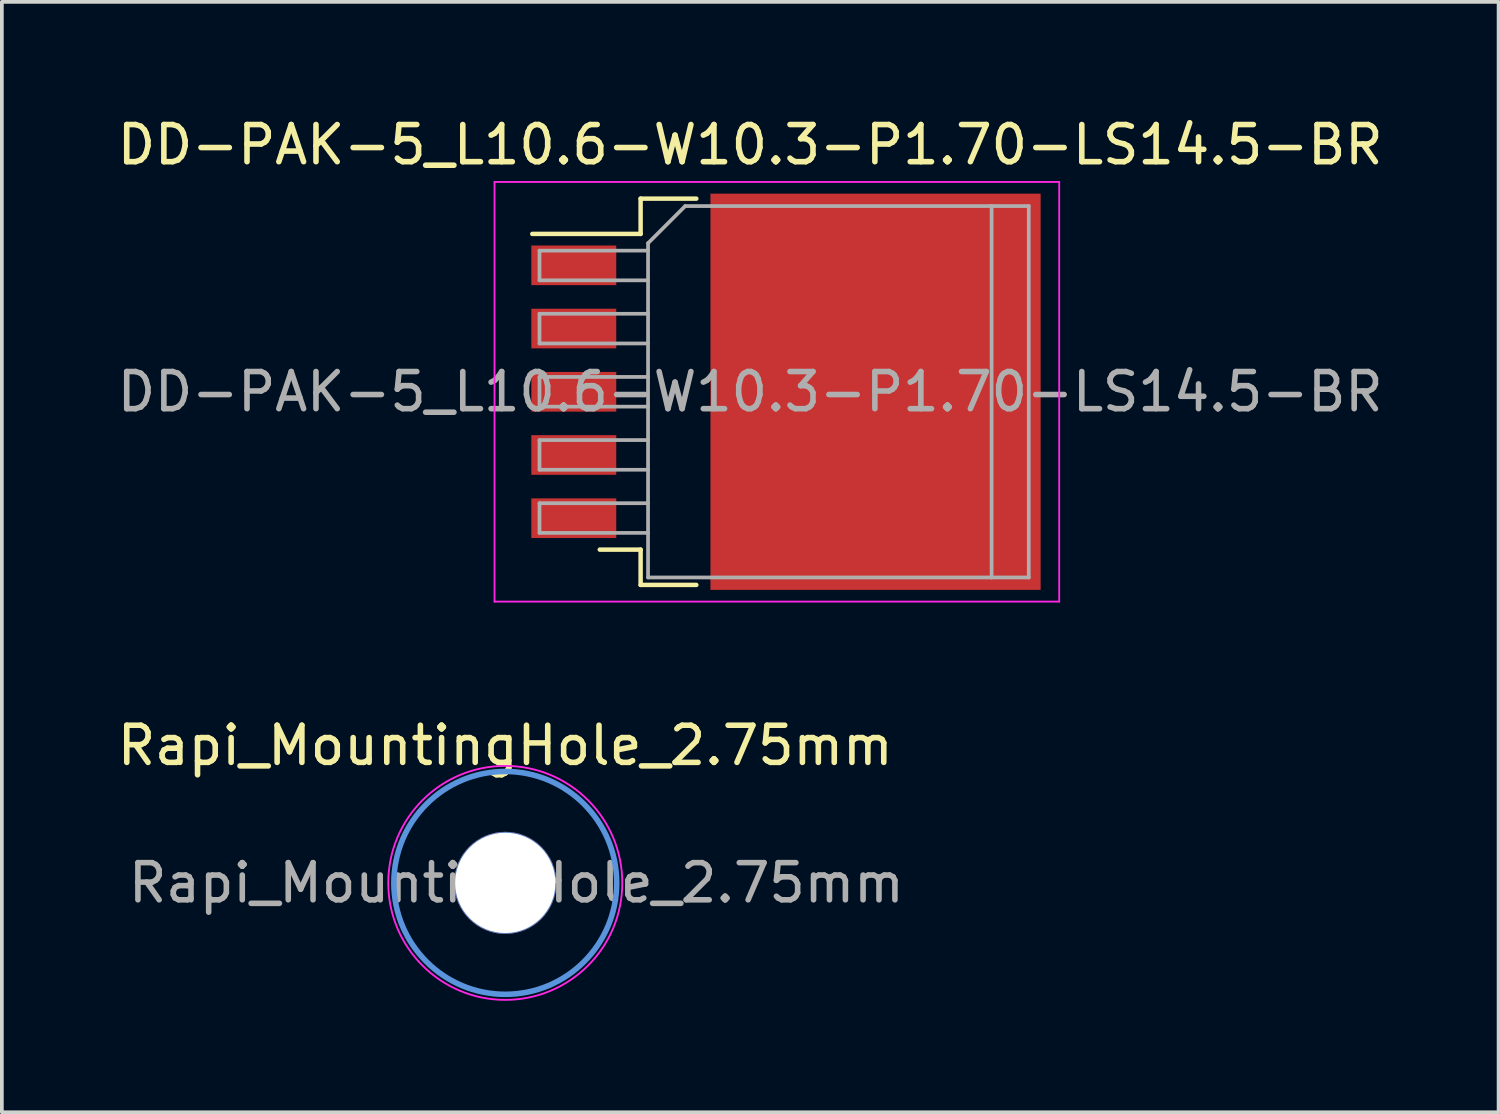
<source format=kicad_pcb>
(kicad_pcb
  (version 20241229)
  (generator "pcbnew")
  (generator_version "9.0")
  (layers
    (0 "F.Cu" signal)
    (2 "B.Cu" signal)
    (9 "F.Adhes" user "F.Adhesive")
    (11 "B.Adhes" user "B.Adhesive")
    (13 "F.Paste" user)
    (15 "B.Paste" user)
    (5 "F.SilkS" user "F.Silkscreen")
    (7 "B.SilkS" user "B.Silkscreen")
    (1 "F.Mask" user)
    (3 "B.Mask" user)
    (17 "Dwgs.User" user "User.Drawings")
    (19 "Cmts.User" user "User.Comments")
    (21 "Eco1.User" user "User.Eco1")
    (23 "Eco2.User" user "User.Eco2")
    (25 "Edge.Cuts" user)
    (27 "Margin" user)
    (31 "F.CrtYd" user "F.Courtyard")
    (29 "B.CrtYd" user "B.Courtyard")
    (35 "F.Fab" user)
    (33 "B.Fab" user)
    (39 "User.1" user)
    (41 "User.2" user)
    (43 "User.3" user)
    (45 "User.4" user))
  (footprint "DD-PAK-5_L10.6-W10.3-P1.70-LS14.5-BR"
    (layer "F.Cu")
    (at 11.281 7.498)
    (property "Reference" "DD-PAK-5_L10.6-W10.3-P1.70-LS14.5-BR" (at 5.867 -6.65 0) (layer "F.SilkS") (effects (font (size 1 1) (thickness 0.15))))
    (attr smd)
    (fp_line (start 2.917 -5.2) (end 2.917 -4.25) (stroke (width 0.12) (type solid)) (layer "F.SilkS"))
    (fp_line (start 2.917 -4.25) (end 0 -4.25) (stroke (width 0.12) (type solid)) (layer "F.SilkS"))
    (fp_line (start 2.917 4.25) (end 1.817 4.25) (stroke (width 0.12) (type solid)) (layer "F.SilkS"))
    (fp_line (start 2.917 5.2) (end 2.917 4.25) (stroke (width 0.12) (type solid)) (layer "F.SilkS"))
    (fp_line (start 4.417 -5.2) (end 2.917 -5.2) (stroke (width 0.12) (type solid)) (layer "F.SilkS"))
    (fp_line (start 4.417 5.2) (end 2.917 5.2) (stroke (width 0.12) (type solid)) (layer "F.SilkS"))
    (fp_line (start -1.016 -5.65) (end -1.016 5.65) (stroke (width 0.05) (type solid)) (layer "F.CrtYd"))
    (fp_line (start -1.016 5.65) (end 14.187 5.65) (stroke (width 0.05) (type solid)) (layer "F.CrtYd"))
    (fp_line (start 14.187 -5.65) (end -1.016 -5.65) (stroke (width 0.05) (type solid)) (layer "F.CrtYd"))
    (fp_line (start 14.187 5.65) (end 14.187 -5.65) (stroke (width 0.05) (type solid)) (layer "F.CrtYd"))
    (fp_line (start 0.195 -3.8) (end 0.195 -3) (stroke (width 0.1) (type solid)) (layer "F.Fab"))
    (fp_line (start 0.195 -3) (end 3.117 -3) (stroke (width 0.1) (type solid)) (layer "F.Fab"))
    (fp_line (start 0.195 -2.1) (end 0.195 -1.3) (stroke (width 0.1) (type solid)) (layer "F.Fab"))
    (fp_line (start 0.195 -1.3) (end 3.117 -1.3) (stroke (width 0.1) (type solid)) (layer "F.Fab"))
    (fp_line (start 0.195 -0.4) (end 0.195 0.4) (stroke (width 0.1) (type solid)) (layer "F.Fab"))
    (fp_line (start 0.195 0.4) (end 3.117 0.4) (stroke (width 0.1) (type solid)) (layer "F.Fab"))
    (fp_line (start 0.195 1.3) (end 0.195 2.1) (stroke (width 0.1) (type solid)) (layer "F.Fab"))
    (fp_line (start 0.195 2.1) (end 3.117 2.1) (stroke (width 0.1) (type solid)) (layer "F.Fab"))
    (fp_line (start 0.195 3) (end 0.195 3.8) (stroke (width 0.1) (type solid)) (layer "F.Fab"))
    (fp_line (start 0.195 3.8) (end 3.117 3.8) (stroke (width 0.1) (type solid)) (layer "F.Fab"))
    (fp_line (start 3.117 -4) (end 4.117 -5) (stroke (width 0.1) (type solid)) (layer "F.Fab"))
    (fp_line (start 3.117 -3.8) (end 0.195 -3.8) (stroke (width 0.1) (type solid)) (layer "F.Fab"))
    (fp_line (start 3.117 -2.1) (end 0.195 -2.1) (stroke (width 0.1) (type solid)) (layer "F.Fab"))
    (fp_line (start 3.117 -0.4) (end 0.195 -0.4) (stroke (width 0.1) (type solid)) (layer "F.Fab"))
    (fp_line (start 3.117 1.3) (end 0.195 1.3) (stroke (width 0.1) (type solid)) (layer "F.Fab"))
    (fp_line (start 3.117 3) (end 0.195 3) (stroke (width 0.1) (type solid)) (layer "F.Fab"))
    (fp_line (start 3.117 5) (end 3.117 -4) (stroke (width 0.1) (type solid)) (layer "F.Fab"))
    (fp_line (start 4.117 -5) (end 12.367 -5) (stroke (width 0.1) (type solid)) (layer "F.Fab"))
    (fp_line (start 12.367 -5) (end 12.367 5) (stroke (width 0.1) (type solid)) (layer "F.Fab"))
    (fp_line (start 12.367 -5) (end 13.367 -5) (stroke (width 0.1) (type solid)) (layer "F.Fab"))
    (fp_line (start 12.367 5) (end 3.117 5) (stroke (width 0.1) (type solid)) (layer "F.Fab"))
    (fp_line (start 13.367 -5) (end 13.367 5) (stroke (width 0.1) (type solid)) (layer "F.Fab"))
    (fp_line (start 13.367 5) (end 12.367 5) (stroke (width 0.1) (type solid)) (layer "F.Fab"))
    (fp_text user "${REFERENCE}" (at 5.867 0 0) (layer "F.Fab") (effects (font (size 1 1) (thickness 0.15))))
    (pad "" smd rect (at 7.01 -2.667) (size 4.445 5.334) (layers "F.Paste"))
    (pad "" smd rect (at 7.01 2.667) (size 4.445 5.334) (layers "F.Paste"))
    (pad "" smd rect (at 11.455 -2.667) (size 4.445 5.334) (layers "F.Paste"))
    (pad "" smd rect (at 11.455 2.667) (size 4.445 5.334) (layers "F.Paste"))
    (pad "1" smd rect (at 1.118 -3.404) (size 2.286 1.067) (layers "F.Cu" "F.Mask" "F.Paste"))
    (pad "2" smd rect (at 1.118 -1.702) (size 2.286 1.067) (layers "F.Cu" "F.Mask" "F.Paste"))
    (pad "3" smd rect (at 1.118 0) (size 2.286 1.067) (layers "F.Cu" "F.Mask" "F.Paste"))
    (pad "3" smd rect (at 9.242 0) (size 8.89 10.668) (layers "F.Cu" "F.Mask"))
    (pad "4" smd rect (at 1.118 1.702) (size 2.286 1.067) (layers "F.Cu" "F.Mask" "F.Paste"))
    (pad "5" smd rect (at 1.118 3.404) (size 2.286 1.067) (layers "F.Cu" "F.Mask" "F.Paste")))
  (footprint "Rapi_MountingHole_2.75mm"
    (layer "F.Cu")
    (at 10.554 20.721)
    (property "Reference" "Rapi_MountingHole_2.75mm" (at 0 -3.7 0) (layer "F.SilkS") (effects (font (size 1 1) (thickness 0.15))))
    (attr exclude_from_pos_files exclude_from_bom)
    (fp_circle (center 0 0) (end 3 0) (stroke (width 0.15) (type solid)) (fill no) (layer "Cmts.User"))
    (fp_circle (center 0 0) (end 3.15 0) (stroke (width 0.05) (type solid)) (fill no) (layer "F.CrtYd"))
    (fp_text user "${REFERENCE}" (at 0.3 0 0) (layer "F.Fab") (effects (font (size 1 1) (thickness 0.15))))
    (pad "" np_thru_hole circle (at 0 0) (size 2.75 2.75) (drill 2.7) (layers "*.Cu" "*.Mask")))
  (gr_rect
    (start -3 -3)
    (end 37.298 26.896)
    (stroke (width 0.1) (type default))
    (fill no)
    (layer "Edge.Cuts")))
</source>
